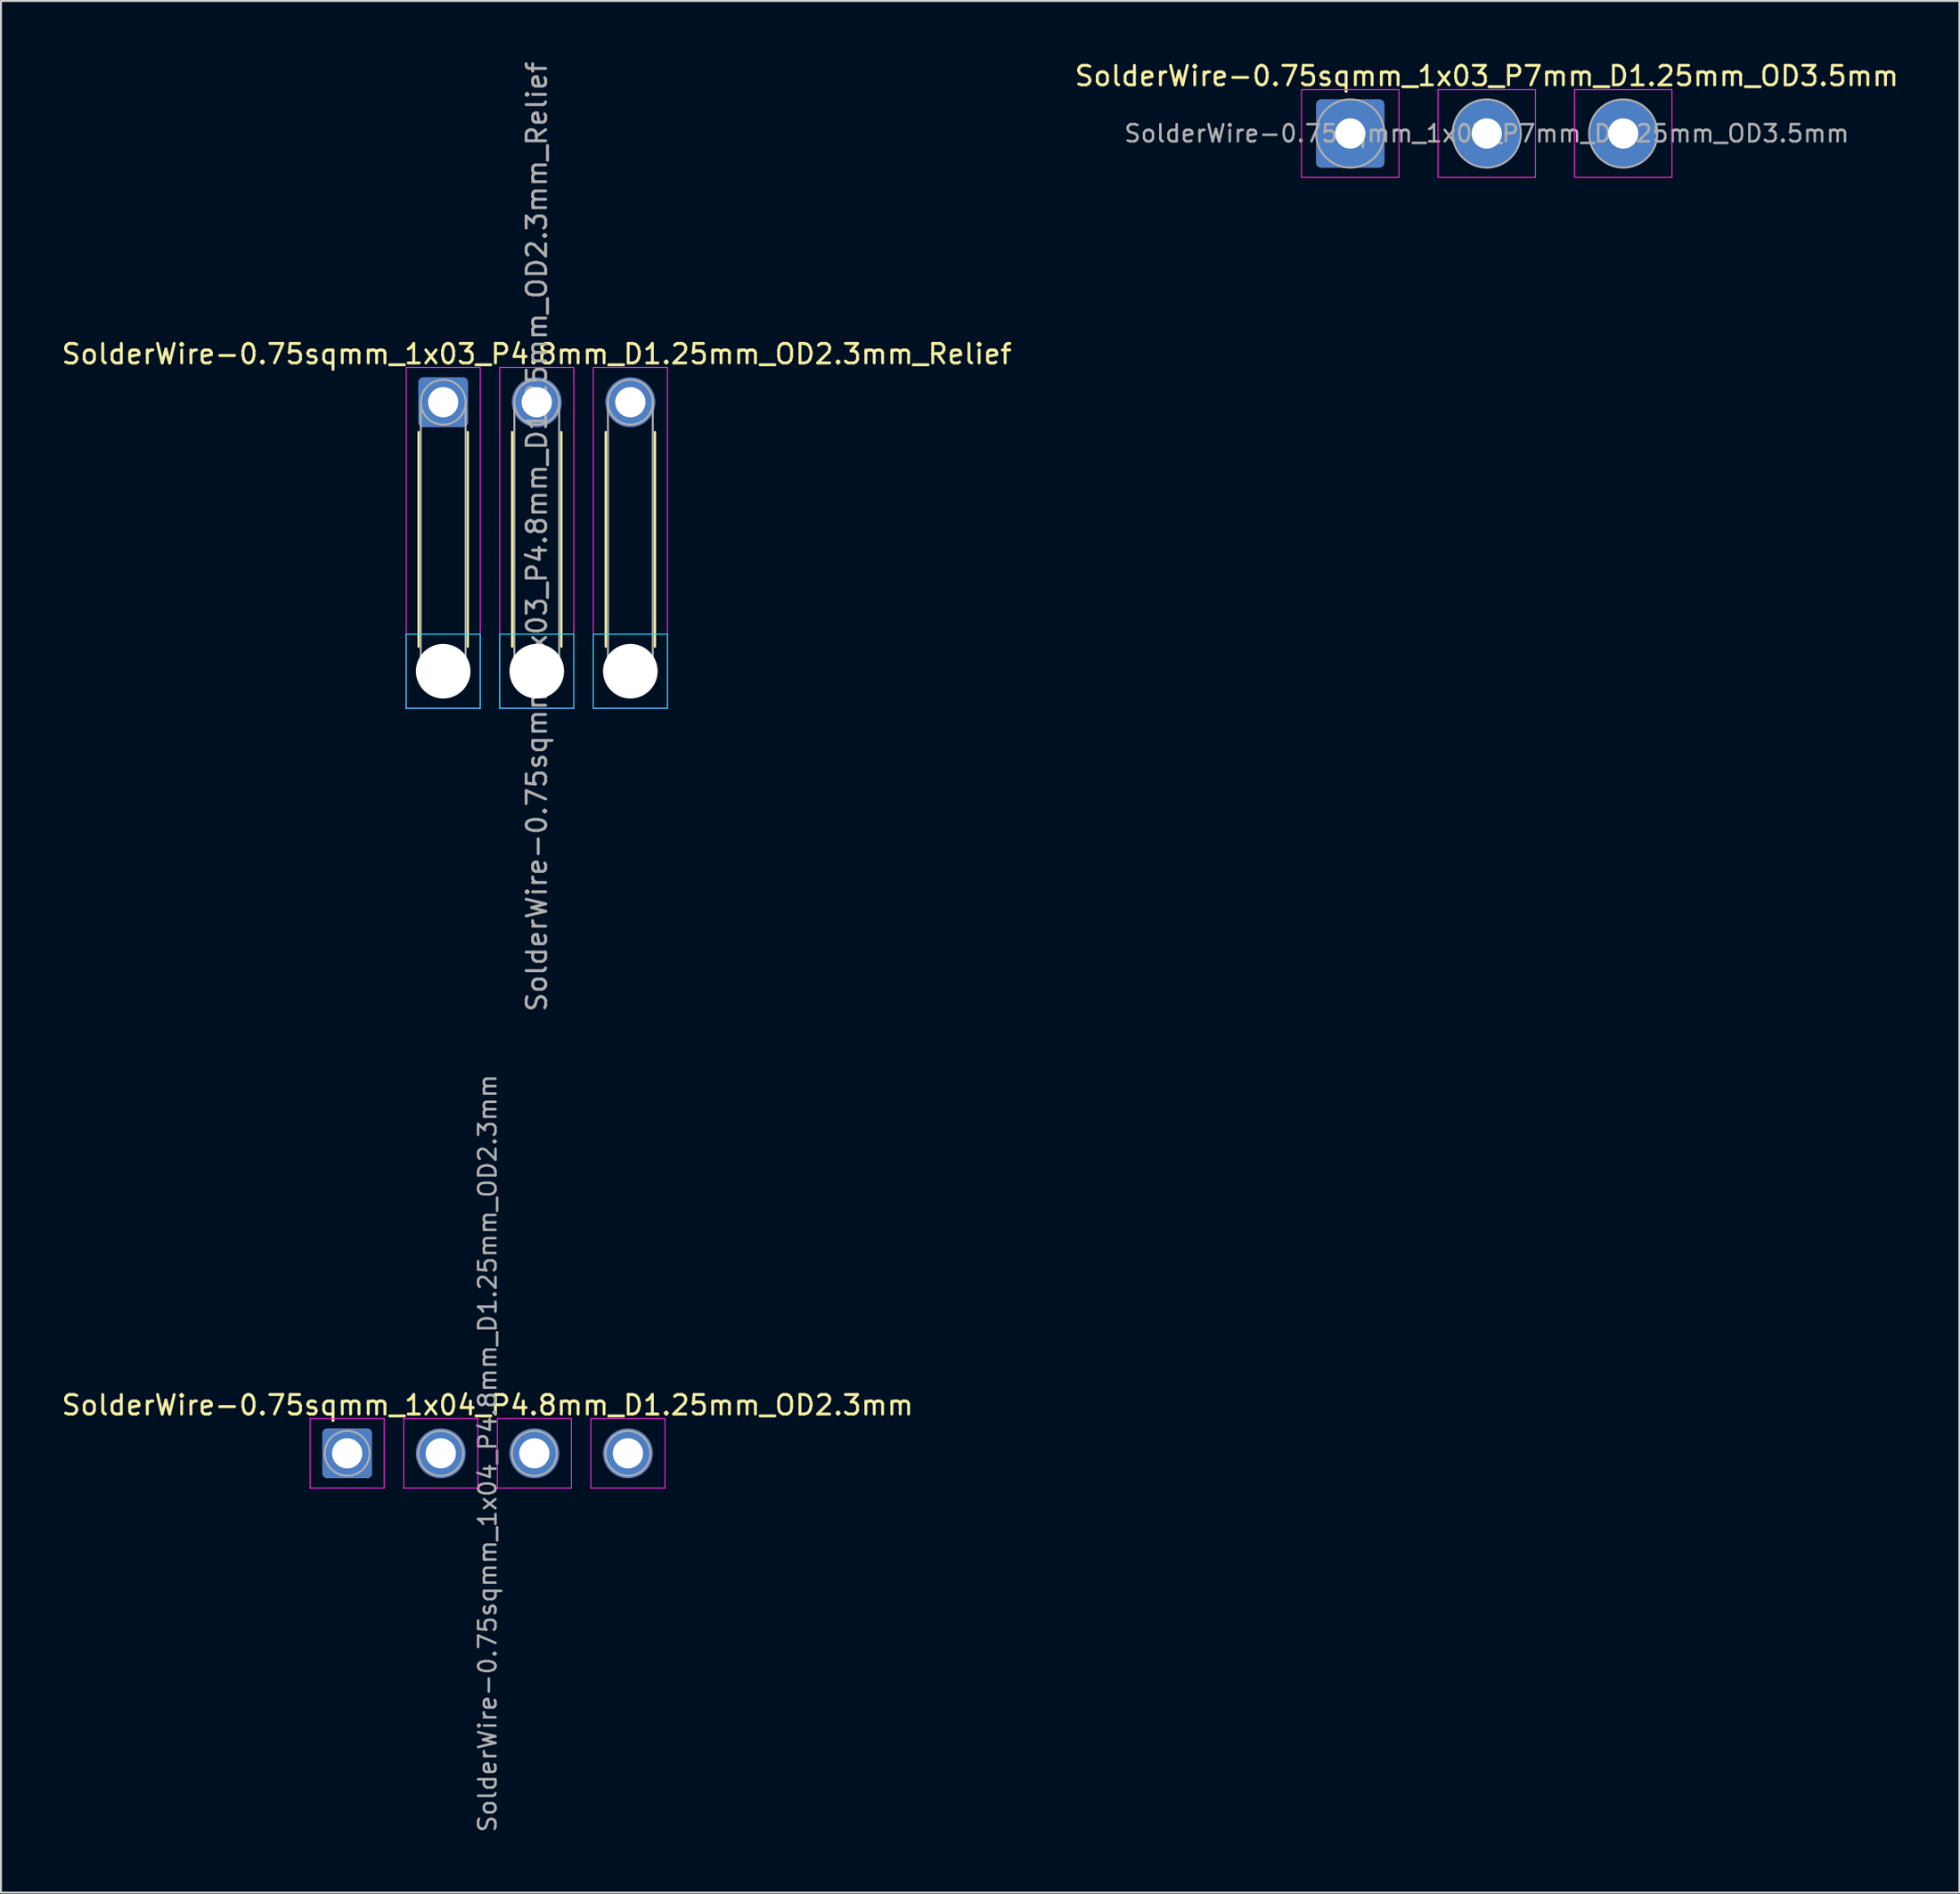
<source format=kicad_pcb>
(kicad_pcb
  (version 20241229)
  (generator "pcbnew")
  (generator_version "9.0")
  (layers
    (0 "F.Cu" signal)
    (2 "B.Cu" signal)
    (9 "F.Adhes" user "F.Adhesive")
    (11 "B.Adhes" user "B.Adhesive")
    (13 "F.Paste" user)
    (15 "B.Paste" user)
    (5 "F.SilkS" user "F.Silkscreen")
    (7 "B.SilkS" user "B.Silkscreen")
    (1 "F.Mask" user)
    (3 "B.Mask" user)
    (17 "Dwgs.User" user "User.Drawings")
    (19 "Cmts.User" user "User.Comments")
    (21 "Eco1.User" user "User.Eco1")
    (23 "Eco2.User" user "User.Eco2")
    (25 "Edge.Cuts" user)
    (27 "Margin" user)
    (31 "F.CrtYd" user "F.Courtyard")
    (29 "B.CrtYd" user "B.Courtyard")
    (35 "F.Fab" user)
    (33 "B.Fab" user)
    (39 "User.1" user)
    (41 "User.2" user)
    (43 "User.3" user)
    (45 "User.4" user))
  (footprint "SolderWire-0.75sqmm_1x03_P4.8mm_D1.25mm_OD2.3mm_Relief"
    (layer "F.Cu")
    (at 19.682 17.582)
    (property "Reference" "SolderWire-0.75sqmm_1x03_P4.8mm_D1.25mm_OD2.3mm_Relief" (at 4.8 -2.47 0) (layer "F.SilkS") (effects (font (size 1 1) (thickness 0.15))))
    (attr exclude_from_pos_files exclude_from_bom)
    (fp_line (start -1.26 1.535) (end -1.26 12.54) (stroke (width 0.12) (type solid)) (layer "F.SilkS"))
    (fp_line (start 1.26 1.535) (end 1.26 12.54) (stroke (width 0.12) (type solid)) (layer "F.SilkS"))
    (fp_line (start 3.54 1.535) (end 3.54 12.54) (stroke (width 0.12) (type solid)) (layer "F.SilkS"))
    (fp_line (start 6.06 1.535) (end 6.06 12.54) (stroke (width 0.12) (type solid)) (layer "F.SilkS"))
    (fp_line (start 8.34 1.535) (end 8.34 12.54) (stroke (width 0.12) (type solid)) (layer "F.SilkS"))
    (fp_line (start 10.86 1.535) (end 10.86 12.54) (stroke (width 0.12) (type solid)) (layer "F.SilkS"))
    (fp_line (start -1.9 11.9) (end -1.9 15.7) (stroke (width 0.05) (type solid)) (layer "B.CrtYd"))
    (fp_line (start -1.9 15.7) (end 1.9 15.7) (stroke (width 0.05) (type solid)) (layer "B.CrtYd"))
    (fp_line (start 1.9 11.9) (end -1.9 11.9) (stroke (width 0.05) (type solid)) (layer "B.CrtYd"))
    (fp_line (start 1.9 15.7) (end 1.9 11.9) (stroke (width 0.05) (type solid)) (layer "B.CrtYd"))
    (fp_line (start 2.9 11.9) (end 2.9 15.7) (stroke (width 0.05) (type solid)) (layer "B.CrtYd"))
    (fp_line (start 2.9 15.7) (end 6.7 15.7) (stroke (width 0.05) (type solid)) (layer "B.CrtYd"))
    (fp_line (start 6.7 11.9) (end 2.9 11.9) (stroke (width 0.05) (type solid)) (layer "B.CrtYd"))
    (fp_line (start 6.7 15.7) (end 6.7 11.9) (stroke (width 0.05) (type solid)) (layer "B.CrtYd"))
    (fp_line (start 7.7 11.9) (end 7.7 15.7) (stroke (width 0.05) (type solid)) (layer "B.CrtYd"))
    (fp_line (start 7.7 15.7) (end 11.5 15.7) (stroke (width 0.05) (type solid)) (layer "B.CrtYd"))
    (fp_line (start 11.5 11.9) (end 7.7 11.9) (stroke (width 0.05) (type solid)) (layer "B.CrtYd"))
    (fp_line (start 11.5 15.7) (end 11.5 11.9) (stroke (width 0.05) (type solid)) (layer "B.CrtYd"))
    (fp_line (start -1.9 -1.78) (end -1.9 15.7) (stroke (width 0.05) (type solid)) (layer "F.CrtYd"))
    (fp_line (start -1.9 15.7) (end 1.9 15.7) (stroke (width 0.05) (type solid)) (layer "F.CrtYd"))
    (fp_line (start 1.9 -1.78) (end -1.9 -1.78) (stroke (width 0.05) (type solid)) (layer "F.CrtYd"))
    (fp_line (start 1.9 15.7) (end 1.9 -1.78) (stroke (width 0.05) (type solid)) (layer "F.CrtYd"))
    (fp_line (start 2.9 -1.78) (end 2.9 15.7) (stroke (width 0.05) (type solid)) (layer "F.CrtYd"))
    (fp_line (start 2.9 15.7) (end 6.7 15.7) (stroke (width 0.05) (type solid)) (layer "F.CrtYd"))
    (fp_line (start 6.7 -1.78) (end 2.9 -1.78) (stroke (width 0.05) (type solid)) (layer "F.CrtYd"))
    (fp_line (start 6.7 15.7) (end 6.7 -1.78) (stroke (width 0.05) (type solid)) (layer "F.CrtYd"))
    (fp_line (start 7.7 -1.78) (end 7.7 15.7) (stroke (width 0.05) (type solid)) (layer "F.CrtYd"))
    (fp_line (start 7.7 15.7) (end 11.5 15.7) (stroke (width 0.05) (type solid)) (layer "F.CrtYd"))
    (fp_line (start 11.5 -1.78) (end 7.7 -1.78) (stroke (width 0.05) (type solid)) (layer "F.CrtYd"))
    (fp_line (start 11.5 15.7) (end 11.5 -1.78) (stroke (width 0.05) (type solid)) (layer "F.CrtYd"))
    (fp_line (start -1.15 0) (end -1.15 13.8) (stroke (width 0.1) (type solid)) (layer "F.Fab"))
    (fp_line (start 1.15 0) (end 1.15 13.8) (stroke (width 0.1) (type solid)) (layer "F.Fab"))
    (fp_line (start 3.65 0) (end 3.65 13.8) (stroke (width 0.1) (type solid)) (layer "F.Fab"))
    (fp_line (start 5.95 0) (end 5.95 13.8) (stroke (width 0.1) (type solid)) (layer "F.Fab"))
    (fp_line (start 8.45 0) (end 8.45 13.8) (stroke (width 0.1) (type solid)) (layer "F.Fab"))
    (fp_line (start 10.75 0) (end 10.75 13.8) (stroke (width 0.1) (type solid)) (layer "F.Fab"))
    (fp_circle (center 0 0) (end 1.15 0) (stroke (width 0.1) (type solid)) (fill no) (layer "F.Fab"))
    (fp_circle (center 0 13.8) (end 1.15 13.8) (stroke (width 0.1) (type solid)) (fill no) (layer "F.Fab"))
    (fp_circle (center 4.8 0) (end 5.95 0) (stroke (width 0.1) (type solid)) (fill no) (layer "F.Fab"))
    (fp_circle (center 4.8 13.8) (end 5.95 13.8) (stroke (width 0.1) (type solid)) (fill no) (layer "F.Fab"))
    (fp_circle (center 9.6 0) (end 10.75 0) (stroke (width 0.1) (type solid)) (fill no) (layer "F.Fab"))
    (fp_circle (center 9.6 13.8) (end 10.75 13.8) (stroke (width 0.1) (type solid)) (fill no) (layer "F.Fab"))
    (fp_text user "${REFERENCE}" (at 4.8 6.9 90) (layer "F.Fab") (effects (font (size 1 1) (thickness 0.15))))
    (pad "" np_thru_hole circle (at 0 13.8) (size 2.8 2.8) (drill 2.8) (layers "*.Cu" "*.Mask"))
    (pad "" np_thru_hole circle (at 4.8 13.8) (size 2.8 2.8) (drill 2.8) (layers "*.Cu" "*.Mask"))
    (pad "" np_thru_hole circle (at 9.6 13.8) (size 2.8 2.8) (drill 2.8) (layers "*.Cu" "*.Mask"))
    (pad "1" thru_hole roundrect (at 0 0) (size 2.55 2.55) (drill 1.55) (layers "*.Cu" "*.Mask") (roundrect_rratio 0.098))
    (pad "2" thru_hole circle (at 4.8 0) (size 2.55 2.55) (drill 1.55) (layers "*.Cu" "*.Mask"))
    (pad "3" thru_hole circle (at 9.6 0) (size 2.55 2.55) (drill 1.55) (layers "*.Cu" "*.Mask")))
  (footprint "SolderWire-0.75sqmm_1x03_P7mm_D1.25mm_OD3.5mm"
    (layer "F.Cu")
    (at 66.208 3.798)
    (property "Reference" "SolderWire-0.75sqmm_1x03_P7mm_D1.25mm_OD3.5mm" (at 7 -2.95 0) (layer "F.SilkS") (effects (font (size 1 1) (thickness 0.15))))
    (attr exclude_from_pos_files exclude_from_bom)
    (fp_line (start -2.5 -2.25) (end -2.5 2.25) (stroke (width 0.05) (type solid)) (layer "F.CrtYd"))
    (fp_line (start -2.5 2.25) (end 2.5 2.25) (stroke (width 0.05) (type solid)) (layer "F.CrtYd"))
    (fp_line (start 2.5 -2.25) (end -2.5 -2.25) (stroke (width 0.05) (type solid)) (layer "F.CrtYd"))
    (fp_line (start 2.5 2.25) (end 2.5 -2.25) (stroke (width 0.05) (type solid)) (layer "F.CrtYd"))
    (fp_line (start 4.5 -2.25) (end 4.5 2.25) (stroke (width 0.05) (type solid)) (layer "F.CrtYd"))
    (fp_line (start 4.5 2.25) (end 9.5 2.25) (stroke (width 0.05) (type solid)) (layer "F.CrtYd"))
    (fp_line (start 9.5 -2.25) (end 4.5 -2.25) (stroke (width 0.05) (type solid)) (layer "F.CrtYd"))
    (fp_line (start 9.5 2.25) (end 9.5 -2.25) (stroke (width 0.05) (type solid)) (layer "F.CrtYd"))
    (fp_line (start 11.5 -2.25) (end 11.5 2.25) (stroke (width 0.05) (type solid)) (layer "F.CrtYd"))
    (fp_line (start 11.5 2.25) (end 16.5 2.25) (stroke (width 0.05) (type solid)) (layer "F.CrtYd"))
    (fp_line (start 16.5 -2.25) (end 11.5 -2.25) (stroke (width 0.05) (type solid)) (layer "F.CrtYd"))
    (fp_line (start 16.5 2.25) (end 16.5 -2.25) (stroke (width 0.05) (type solid)) (layer "F.CrtYd"))
    (fp_circle (center 0 0) (end 1.75 0) (stroke (width 0.1) (type solid)) (fill no) (layer "F.Fab"))
    (fp_circle (center 7 0) (end 8.75 0) (stroke (width 0.1) (type solid)) (fill no) (layer "F.Fab"))
    (fp_circle (center 14 0) (end 15.75 0) (stroke (width 0.1) (type solid)) (fill no) (layer "F.Fab"))
    (fp_text user "${REFERENCE}" (at 7 0 0) (layer "F.Fab") (effects (font (size 0.88 0.88) (thickness 0.13))))
    (pad "1" thru_hole roundrect (at 0 0) (size 3.5 3.5) (drill 1.55) (layers "*.Cu" "*.Mask") (roundrect_rratio 0.071))
    (pad "2" thru_hole circle (at 7 0) (size 3.5 3.5) (drill 1.55) (layers "*.Cu" "*.Mask"))
    (pad "3" thru_hole circle (at 14 0) (size 3.5 3.5) (drill 1.55) (layers "*.Cu" "*.Mask")))
  (footprint "SolderWire-0.75sqmm_1x04_P4.8mm_D1.25mm_OD2.3mm"
    (layer "F.Cu")
    (at 14.758 71.502)
    (property "Reference" "SolderWire-0.75sqmm_1x04_P4.8mm_D1.25mm_OD2.3mm" (at 7.2 -2.47 0) (layer "F.SilkS") (effects (font (size 1 1) (thickness 0.15))))
    (attr exclude_from_pos_files exclude_from_bom)
    (fp_line (start -1.9 -1.78) (end -1.9 1.78) (stroke (width 0.05) (type solid)) (layer "F.CrtYd"))
    (fp_line (start -1.9 1.78) (end 1.9 1.78) (stroke (width 0.05) (type solid)) (layer "F.CrtYd"))
    (fp_line (start 1.9 -1.78) (end -1.9 -1.78) (stroke (width 0.05) (type solid)) (layer "F.CrtYd"))
    (fp_line (start 1.9 1.78) (end 1.9 -1.78) (stroke (width 0.05) (type solid)) (layer "F.CrtYd"))
    (fp_line (start 2.9 -1.78) (end 2.9 1.78) (stroke (width 0.05) (type solid)) (layer "F.CrtYd"))
    (fp_line (start 2.9 1.78) (end 6.7 1.78) (stroke (width 0.05) (type solid)) (layer "F.CrtYd"))
    (fp_line (start 6.7 -1.78) (end 2.9 -1.78) (stroke (width 0.05) (type solid)) (layer "F.CrtYd"))
    (fp_line (start 6.7 1.78) (end 6.7 -1.78) (stroke (width 0.05) (type solid)) (layer "F.CrtYd"))
    (fp_line (start 7.7 -1.78) (end 7.7 1.78) (stroke (width 0.05) (type solid)) (layer "F.CrtYd"))
    (fp_line (start 7.7 1.78) (end 11.5 1.78) (stroke (width 0.05) (type solid)) (layer "F.CrtYd"))
    (fp_line (start 11.5 -1.78) (end 7.7 -1.78) (stroke (width 0.05) (type solid)) (layer "F.CrtYd"))
    (fp_line (start 11.5 1.78) (end 11.5 -1.78) (stroke (width 0.05) (type solid)) (layer "F.CrtYd"))
    (fp_line (start 12.5 -1.78) (end 12.5 1.78) (stroke (width 0.05) (type solid)) (layer "F.CrtYd"))
    (fp_line (start 12.5 1.78) (end 16.3 1.78) (stroke (width 0.05) (type solid)) (layer "F.CrtYd"))
    (fp_line (start 16.3 -1.78) (end 12.5 -1.78) (stroke (width 0.05) (type solid)) (layer "F.CrtYd"))
    (fp_line (start 16.3 1.78) (end 16.3 -1.78) (stroke (width 0.05) (type solid)) (layer "F.CrtYd"))
    (fp_circle (center 0 0) (end 1.15 0) (stroke (width 0.1) (type solid)) (fill no) (layer "F.Fab"))
    (fp_circle (center 4.8 0) (end 5.95 0) (stroke (width 0.1) (type solid)) (fill no) (layer "F.Fab"))
    (fp_circle (center 9.6 0) (end 10.75 0) (stroke (width 0.1) (type solid)) (fill no) (layer "F.Fab"))
    (fp_circle (center 14.4 0) (end 15.55 0) (stroke (width 0.1) (type solid)) (fill no) (layer "F.Fab"))
    (fp_text user "${REFERENCE}" (at 7.2 0 90) (layer "F.Fab") (effects (font (size 0.89 0.89) (thickness 0.13))))
    (pad "1" thru_hole roundrect (at 0 0) (size 2.55 2.55) (drill 1.55) (layers "*.Cu" "*.Mask") (roundrect_rratio 0.098))
    (pad "2" thru_hole circle (at 4.8 0) (size 2.55 2.55) (drill 1.55) (layers "*.Cu" "*.Mask"))
    (pad "3" thru_hole circle (at 9.6 0) (size 2.55 2.55) (drill 1.55) (layers "*.Cu" "*.Mask"))
    (pad "4" thru_hole circle (at 14.4 0) (size 2.55 2.55) (drill 1.55) (layers "*.Cu" "*.Mask")))
  (gr_rect
    (start -3 -3)
    (end 97.452 94.04)
    (stroke (width 0.1) (type default))
    (fill no)
    (layer "Edge.Cuts")))
</source>
